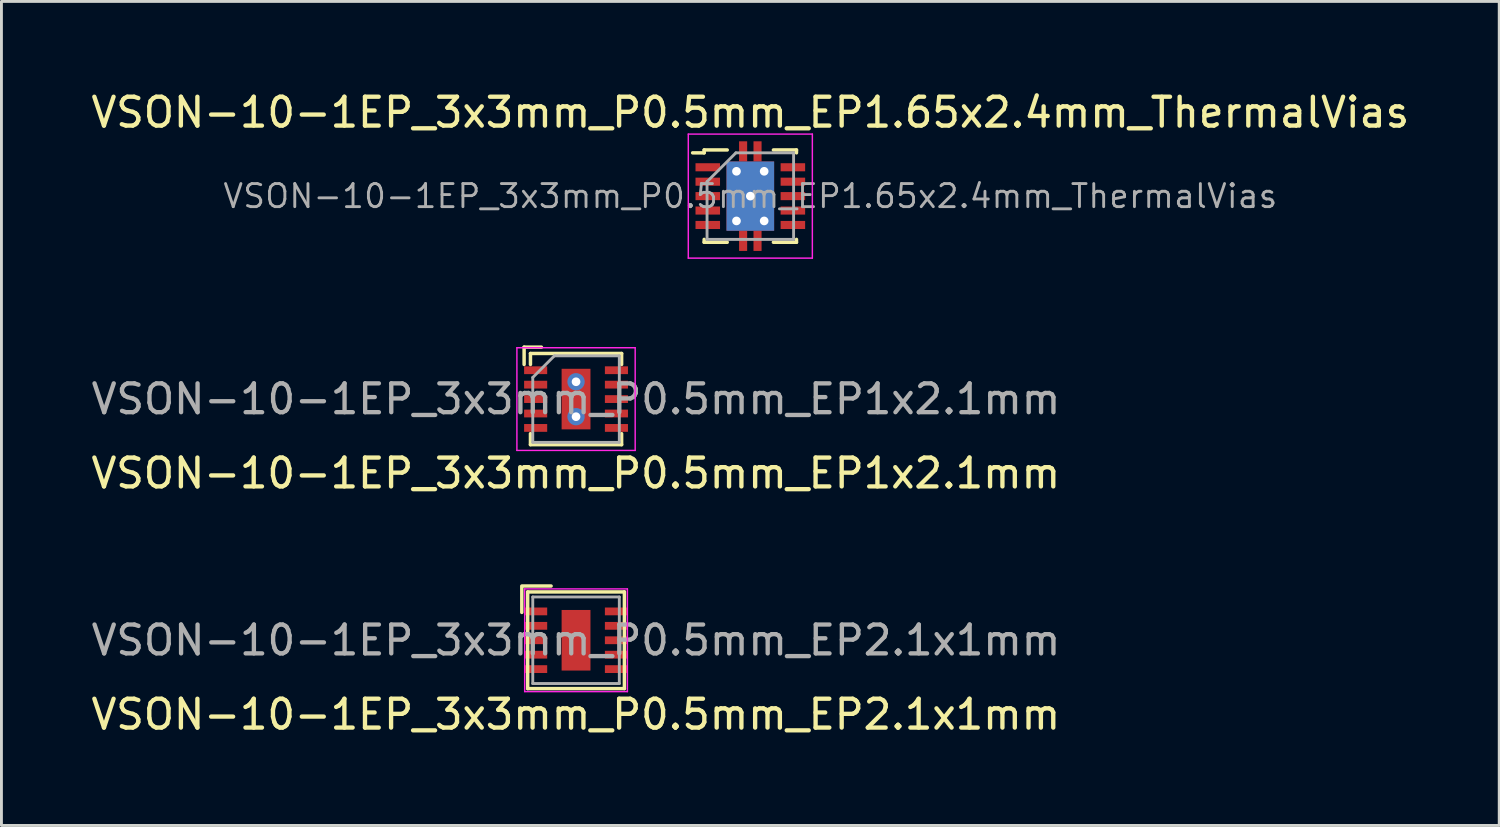
<source format=kicad_pcb>
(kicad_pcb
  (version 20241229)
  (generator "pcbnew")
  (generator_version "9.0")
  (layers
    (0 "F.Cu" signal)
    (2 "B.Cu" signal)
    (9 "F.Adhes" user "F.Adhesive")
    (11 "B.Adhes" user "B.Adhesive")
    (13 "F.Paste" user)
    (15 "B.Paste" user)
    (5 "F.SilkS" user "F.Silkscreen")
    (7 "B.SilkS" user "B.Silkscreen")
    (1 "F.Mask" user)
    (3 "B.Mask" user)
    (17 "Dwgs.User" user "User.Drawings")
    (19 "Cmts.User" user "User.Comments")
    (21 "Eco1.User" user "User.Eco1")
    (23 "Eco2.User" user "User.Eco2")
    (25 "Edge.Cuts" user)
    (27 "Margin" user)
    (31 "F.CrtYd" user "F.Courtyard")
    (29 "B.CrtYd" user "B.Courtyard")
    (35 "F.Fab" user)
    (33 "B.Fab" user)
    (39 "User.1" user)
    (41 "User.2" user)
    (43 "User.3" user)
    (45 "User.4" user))
  (footprint "VSON-10-1EP_3x3mm_P0.5mm_EP1.65x2.4mm_ThermalVias"
    (layer "F.Cu")
    (at 22.958 3.748)
    (property "Reference" "VSON-10-1EP_3x3mm_P0.5mm_EP1.65x2.4mm_ThermalVias" (at 0 -2.9 0) (layer "F.SilkS") (effects (font (size 1 1) (thickness 0.15))))
    (attr smd)
    (fp_line (start -1.6 -1.6) (end -1.6 -1.5) (stroke (width 0.12) (type solid)) (layer "F.SilkS"))
    (fp_line (start -1.6 -1.5) (end -2 -1.5) (stroke (width 0.12) (type solid)) (layer "F.SilkS"))
    (fp_line (start -1.6 1.5) (end -1.6 1.6) (stroke (width 0.12) (type solid)) (layer "F.SilkS"))
    (fp_line (start -1.6 1.6) (end -0.8 1.6) (stroke (width 0.12) (type solid)) (layer "F.SilkS"))
    (fp_line (start -0.8 -1.6) (end -1.6 -1.6) (stroke (width 0.12) (type solid)) (layer "F.SilkS"))
    (fp_line (start 0.8 -1.6) (end 1.6 -1.6) (stroke (width 0.12) (type solid)) (layer "F.SilkS"))
    (fp_line (start 0.8 1.6) (end 1.6 1.6) (stroke (width 0.12) (type solid)) (layer "F.SilkS"))
    (fp_line (start 1.6 -1.6) (end 1.6 -1.5) (stroke (width 0.12) (type solid)) (layer "F.SilkS"))
    (fp_line (start 1.6 1.6) (end 1.6 1.5) (stroke (width 0.12) (type solid)) (layer "F.SilkS"))
    (fp_line (start -2.15 -2.15) (end 2.15 -2.15) (stroke (width 0.05) (type solid)) (layer "F.CrtYd"))
    (fp_line (start -2.15 2.15) (end -2.15 -2.15) (stroke (width 0.05) (type solid)) (layer "F.CrtYd"))
    (fp_line (start 2.15 -2.15) (end 2.15 2.15) (stroke (width 0.05) (type solid)) (layer "F.CrtYd"))
    (fp_line (start 2.15 2.15) (end -2.15 2.15) (stroke (width 0.05) (type solid)) (layer "F.CrtYd"))
    (fp_line (start -1.5 -0.5) (end -1.5 1.5) (stroke (width 0.1) (type solid)) (layer "F.Fab"))
    (fp_line (start -1.5 -0.5) (end -0.5 -1.5) (stroke (width 0.1) (type solid)) (layer "F.Fab"))
    (fp_line (start -1.5 1.5) (end 1.5 1.5) (stroke (width 0.1) (type solid)) (layer "F.Fab"))
    (fp_line (start -0.5 -1.5) (end 1.5 -1.5) (stroke (width 0.1) (type solid)) (layer "F.Fab"))
    (fp_line (start 1.5 -1.5) (end 1.5 1.5) (stroke (width 0.1) (type solid)) (layer "F.Fab"))
    (fp_text user "${REFERENCE}" (at 0 0 0) (layer "F.Fab") (effects (font (size 0.8 0.8) (thickness 0.1))))
    (pad "" smd rect (at -0.48 -0.86) (size 0.64 0.64) (layers "F.Paste"))
    (pad "" smd rect (at -0.48 0) (size 0.64 0.64) (layers "F.Paste"))
    (pad "" smd rect (at -0.48 0.86) (size 0.64 0.64) (layers "F.Paste"))
    (pad "" smd rect (at 0.48 -0.86) (size 0.64 0.64) (layers "F.Paste"))
    (pad "" smd rect (at 0.48 0) (size 0.64 0.64) (layers "F.Paste"))
    (pad "" smd rect (at 0.48 0.86) (size 0.64 0.64) (layers "F.Paste"))
    (pad "1" smd rect (at -1.475 -1) (size 0.85 0.28) (layers "F.Cu" "F.Mask" "F.Paste"))
    (pad "2" smd rect (at -1.475 -0.5) (size 0.85 0.28) (layers "F.Cu" "F.Mask" "F.Paste"))
    (pad "3" smd rect (at -1.475 0) (size 0.85 0.28) (layers "F.Cu" "F.Mask" "F.Paste"))
    (pad "4" smd rect (at -1.475 0.5) (size 0.85 0.28) (layers "F.Cu" "F.Mask" "F.Paste"))
    (pad "5" smd rect (at -1.475 1) (size 0.85 0.28) (layers "F.Cu" "F.Mask" "F.Paste"))
    (pad "6" smd rect (at 1.475 1) (size 0.85 0.28) (layers "F.Cu" "F.Mask" "F.Paste"))
    (pad "7" smd rect (at 1.475 0.5) (size 0.85 0.28) (layers "F.Cu" "F.Mask" "F.Paste"))
    (pad "8" smd rect (at 1.475 0) (size 0.85 0.28) (layers "F.Cu" "F.Mask" "F.Paste"))
    (pad "9" smd rect (at 1.475 -0.5) (size 0.85 0.28) (layers "F.Cu" "F.Mask" "F.Paste"))
    (pad "10" smd rect (at 1.475 -1) (size 0.85 0.28) (layers "F.Cu" "F.Mask" "F.Paste"))
    (pad "11" thru_hole circle (at -0.48 -0.86) (size 0.6 0.6) (drill 0.3) (layers "*.Cu"))
    (pad "11" thru_hole circle (at -0.48 0.86) (size 0.6 0.6) (drill 0.3) (layers "*.Cu"))
    (pad "11" smd rect (at -0.25 -1.55) (size 0.28 0.7) (layers "F.Cu" "F.Mask" "F.Paste"))
    (pad "11" smd rect (at -0.25 1.55) (size 0.28 0.7) (layers "F.Cu" "F.Mask" "F.Paste"))
    (pad "11" thru_hole circle (at 0 0) (size 0.6 0.6) (drill 0.3) (layers "*.Cu"))
    (pad "11" smd rect (at 0 0) (size 1.65 2.4) (layers "F.Cu" "F.Mask"))
    (pad "11" smd rect (at 0 0) (size 1.65 2.4) (layers "B.Cu"))
    (pad "11" smd rect (at 0.25 -1.55) (size 0.28 0.7) (layers "F.Cu" "F.Mask" "F.Paste"))
    (pad "11" smd rect (at 0.25 1.55) (size 0.28 0.7) (layers "F.Cu" "F.Mask" "F.Paste"))
    (pad "11" thru_hole circle (at 0.48 -0.86) (size 0.6 0.6) (drill 0.3) (layers "*.Cu"))
    (pad "11" thru_hole circle (at 0.48 0.86) (size 0.6 0.6) (drill 0.3) (layers "*.Cu")))
  (footprint "VSON-10-1EP_3x3mm_P0.5mm_EP1x2.1mm"
    (layer "F.Cu")
    (at 16.917 10.783)
    (property "Reference" "VSON-10-1EP_3x3mm_P0.5mm_EP1x2.1mm" (at -0.006 2.572 0) (layer "F.SilkS") (effects (font (size 1 1) (thickness 0.15))))
    (attr smd)
    (fp_line (start -1.8 -1.8) (end -1.8 -1.2) (stroke (width 0.12) (type solid)) (layer "F.SilkS"))
    (fp_line (start -1.58 -1.58) (end -1.58 -1.2) (stroke (width 0.12) (type solid)) (layer "F.SilkS"))
    (fp_line (start -1.58 1.58) (end -1.58 1.2) (stroke (width 0.12) (type solid)) (layer "F.SilkS"))
    (fp_line (start -1.58 1.58) (end 1.58 1.58) (stroke (width 0.12) (type solid)) (layer "F.SilkS"))
    (fp_line (start -1.2 -1.8) (end -1.8 -1.8) (stroke (width 0.12) (type solid)) (layer "F.SilkS"))
    (fp_line (start 1.58 -1.58) (end -1.58 -1.58) (stroke (width 0.12) (type solid)) (layer "F.SilkS"))
    (fp_line (start 1.58 -1.58) (end 1.58 -1.2) (stroke (width 0.12) (type solid)) (layer "F.SilkS"))
    (fp_line (start 1.58 1.58) (end 1.58 1.2) (stroke (width 0.12) (type solid)) (layer "F.SilkS"))
    (fp_line (start -2.05 -1.78) (end -2.05 1.78) (stroke (width 0.05) (type solid)) (layer "F.CrtYd"))
    (fp_line (start -2.05 1.78) (end 2.05 1.78) (stroke (width 0.05) (type solid)) (layer "F.CrtYd"))
    (fp_line (start 2.05 -1.78) (end -2.05 -1.78) (stroke (width 0.05) (type solid)) (layer "F.CrtYd"))
    (fp_line (start 2.05 1.78) (end 2.05 -1.78) (stroke (width 0.05) (type solid)) (layer "F.CrtYd"))
    (fp_line (start -1.5 -0.75) (end -1.5 1.5) (stroke (width 0.1) (type solid)) (layer "F.Fab"))
    (fp_line (start -1.5 1.5) (end 1.5 1.5) (stroke (width 0.1) (type solid)) (layer "F.Fab"))
    (fp_line (start -0.75 -1.5) (end -1.5 -0.75) (stroke (width 0.1) (type solid)) (layer "F.Fab"))
    (fp_line (start 1.5 -1.5) (end -0.75 -1.5) (stroke (width 0.1) (type solid)) (layer "F.Fab"))
    (fp_line (start 1.5 1.5) (end 1.5 -1.5) (stroke (width 0.1) (type solid)) (layer "F.Fab"))
    (fp_text user "${REFERENCE}" (at 0 0 0) (layer "F.Fab") (effects (font (size 1 1) (thickness 0.15))))
    (pad "1" smd rect (at -1.4 -1) (size 0.8 0.27) (layers "F.Cu" "F.Mask" "F.Paste"))
    (pad "2" smd rect (at -1.4 -0.5) (size 0.8 0.27) (layers "F.Cu" "F.Mask" "F.Paste"))
    (pad "3" smd rect (at -1.4 0) (size 0.8 0.27) (layers "F.Cu" "F.Mask" "F.Paste"))
    (pad "4" smd rect (at -1.4 0.5) (size 0.8 0.27) (layers "F.Cu" "F.Mask" "F.Paste"))
    (pad "5" smd rect (at -1.4 1) (size 0.8 0.27) (layers "F.Cu" "F.Mask" "F.Paste"))
    (pad "6" smd rect (at 1.4 1) (size 0.8 0.27) (layers "F.Cu" "F.Mask" "F.Paste"))
    (pad "7" smd rect (at 1.4 0.5) (size 0.8 0.27) (layers "F.Cu" "F.Mask" "F.Paste"))
    (pad "8" smd rect (at 1.4 0) (size 0.8 0.27) (layers "F.Cu" "F.Mask" "F.Paste"))
    (pad "9" smd rect (at 1.4 -0.5) (size 0.8 0.27) (layers "F.Cu" "F.Mask" "F.Paste"))
    (pad "10" smd rect (at 1.4 -1) (size 0.8 0.27) (layers "F.Cu" "F.Mask" "F.Paste"))
    (pad "11" thru_hole circle (at 0 -0.6) (size 0.6 0.6) (drill 0.3) (layers "*.Cu" "*.Mask"))
    (pad "11" smd rect (at 0 0) (size 1 2.1) (layers "F.Cu" "F.Mask" "F.Paste"))
    (pad "11" thru_hole circle (at 0 0.61) (size 0.6 0.6) (drill 0.3) (layers "*.Cu" "*.Mask")))
  (footprint "VSON-10-1EP_3x3mm_P0.5mm_EP2.1x1mm"
    (layer "F.Cu")
    (at 16.917 19.143)
    (property "Reference" "VSON-10-1EP_3x3mm_P0.5mm_EP2.1x1mm" (at -0.006 2.572 0) (layer "F.SilkS") (effects (font (size 1 1) (thickness 0.15))))
    (attr smd)
    (fp_line (start -1.88 -1.88) (end -1.88 -0.965) (stroke (width 0.12) (type solid)) (layer "F.SilkS"))
    (fp_line (start -1.676 -1.676) (end -1.676 1.676) (stroke (width 0.12) (type solid)) (layer "F.SilkS"))
    (fp_line (start -1.676 1.676) (end 1.676 1.676) (stroke (width 0.12) (type solid)) (layer "F.SilkS"))
    (fp_line (start -0.864 -1.88) (end -1.829 -1.88) (stroke (width 0.12) (type solid)) (layer "F.SilkS"))
    (fp_line (start 1.676 -1.676) (end -1.676 -1.676) (stroke (width 0.12) (type solid)) (layer "F.SilkS"))
    (fp_line (start 1.676 1.676) (end 1.676 -1.676) (stroke (width 0.12) (type solid)) (layer "F.SilkS"))
    (fp_line (start -1.78 -1.78) (end -1.78 1.78) (stroke (width 0.05) (type solid)) (layer "F.CrtYd"))
    (fp_line (start -1.78 1.78) (end 1.78 1.78) (stroke (width 0.05) (type solid)) (layer "F.CrtYd"))
    (fp_line (start 1.78 -1.78) (end -1.78 -1.78) (stroke (width 0.05) (type solid)) (layer "F.CrtYd"))
    (fp_line (start 1.78 1.78) (end 1.78 -1.78) (stroke (width 0.05) (type solid)) (layer "F.CrtYd"))
    (fp_line (start -1.5 -1.5) (end -1.5 1.5) (stroke (width 0.1) (type solid)) (layer "F.Fab"))
    (fp_line (start -1.5 1.5) (end 1.5 1.5) (stroke (width 0.1) (type solid)) (layer "F.Fab"))
    (fp_line (start 1.5 -1.5) (end -1.5 -1.5) (stroke (width 0.1) (type solid)) (layer "F.Fab"))
    (fp_line (start 1.5 1.5) (end 1.5 -1.5) (stroke (width 0.1) (type solid)) (layer "F.Fab"))
    (fp_text user "${REFERENCE}" (at 0 0 0) (layer "F.Fab") (effects (font (size 1 1) (thickness 0.15))))
    (pad "1" smd rect (at -1.4 -1) (size 0.8 0.27) (layers "F.Cu" "F.Mask" "F.Paste"))
    (pad "2" smd rect (at -1.4 -0.5) (size 0.8 0.27) (layers "F.Cu" "F.Mask" "F.Paste"))
    (pad "3" smd rect (at -1.4 0) (size 0.8 0.27) (layers "F.Cu" "F.Mask" "F.Paste"))
    (pad "4" smd rect (at -1.4 0.5) (size 0.8 0.27) (layers "F.Cu" "F.Mask" "F.Paste"))
    (pad "5" smd rect (at -1.4 1) (size 0.8 0.27) (layers "F.Cu" "F.Mask" "F.Paste"))
    (pad "6" smd rect (at 1.4 1) (size 0.8 0.27) (layers "F.Cu" "F.Mask" "F.Paste"))
    (pad "7" smd rect (at 1.4 0.5) (size 0.8 0.27) (layers "F.Cu" "F.Mask" "F.Paste"))
    (pad "8" smd rect (at 1.4 0) (size 0.8 0.27) (layers "F.Cu" "F.Mask" "F.Paste"))
    (pad "9" smd rect (at 1.4 -0.5) (size 0.8 0.27) (layers "F.Cu" "F.Mask" "F.Paste"))
    (pad "10" smd rect (at 1.4 -1) (size 0.8 0.27) (layers "F.Cu" "F.Mask" "F.Paste"))
    (pad "11" smd rect (at 0 0) (size 1 2.1) (layers "F.Cu" "F.Mask" "F.Paste")))
  (gr_rect
    (start -3 -3)
    (end 48.917 25.563)
    (stroke (width 0.1) (type default))
    (fill no)
    (layer "Edge.Cuts")))
</source>
